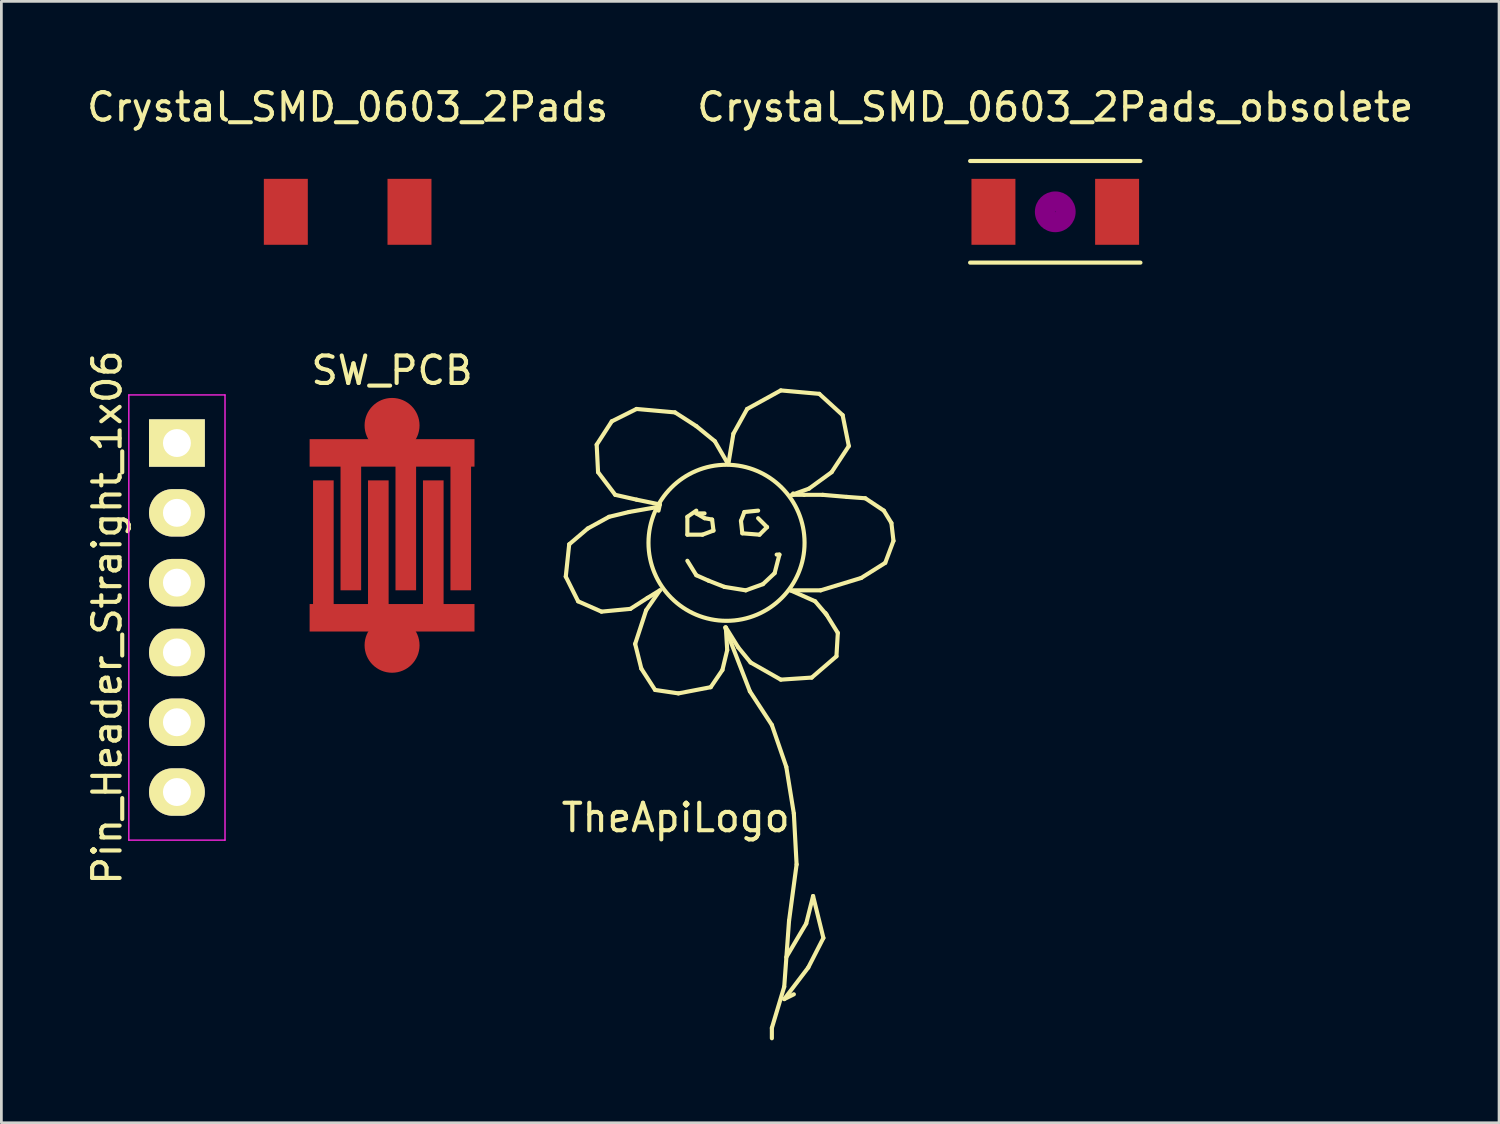
<source format=kicad_pcb>
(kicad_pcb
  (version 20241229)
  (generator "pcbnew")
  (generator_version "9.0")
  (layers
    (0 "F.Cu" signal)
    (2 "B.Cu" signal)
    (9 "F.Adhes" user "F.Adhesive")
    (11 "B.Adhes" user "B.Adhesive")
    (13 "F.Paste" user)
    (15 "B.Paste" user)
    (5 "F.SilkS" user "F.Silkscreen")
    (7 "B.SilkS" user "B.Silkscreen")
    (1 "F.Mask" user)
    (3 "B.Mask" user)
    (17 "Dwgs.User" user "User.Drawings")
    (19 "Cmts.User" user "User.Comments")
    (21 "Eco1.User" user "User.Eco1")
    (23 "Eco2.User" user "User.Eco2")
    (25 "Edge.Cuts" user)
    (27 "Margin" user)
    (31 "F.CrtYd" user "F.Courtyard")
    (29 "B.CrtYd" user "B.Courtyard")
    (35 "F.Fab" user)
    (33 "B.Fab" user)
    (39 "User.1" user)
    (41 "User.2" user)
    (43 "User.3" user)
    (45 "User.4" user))
  (footprint "Crystal_SMD_0603_2Pads_obsolete"
    (layer "F.Cu")
    (at 35.351 4.658)
    (property "Reference" "Crystal_SMD_0603_2Pads_obsolete" (at 0 -3.81 0) (layer "F.SilkS") (effects (font (size 1 1) (thickness 0.15))))
    (attr smd)
    (fp_line (start -3.099 -1.849) (end 3.099 -1.849) (stroke (width 0.15) (type solid)) (layer "F.SilkS"))
    (fp_line (start 3.099 1.849) (end -3.099 1.849) (stroke (width 0.15) (type solid)) (layer "F.SilkS"))
    (fp_circle (center 0 0) (end 0.051 0) (stroke (width 0.381) (type solid)) (fill no) (layer "F.Adhes"))
    (fp_circle (center 0 0) (end 0.201 0) (stroke (width 0.381) (type solid)) (fill no) (layer "F.Adhes"))
    (fp_circle (center 0 0) (end 0.551 0) (stroke (width 0.381) (type solid)) (fill no) (layer "F.Adhes"))
    (pad "1" smd rect (at -2.25 0) (size 1.6 2.4) (layers "F.Cu" "F.Mask" "F.Paste"))
    (pad "2" smd rect (at 2.25 0) (size 1.6 2.4) (layers "F.Cu" "F.Mask" "F.Paste")))
  (footprint "Pin_Header_Straight_1x06"
    (layer "F.Cu")
    (at 3.388 13.072)
    (property "Reference" "Pin_Header_Straight_1x06" (at -2.54 6.35 90) (layer "F.SilkS") (effects (font (size 1 1) (thickness 0.15))))
    (attr through_hole)
    (fp_line (start -1.75 -1.75) (end -1.75 14.45) (stroke (width 0.05) (type solid)) (layer "F.CrtYd"))
    (fp_line (start -1.75 -1.75) (end 1.75 -1.75) (stroke (width 0.05) (type solid)) (layer "F.CrtYd"))
    (fp_line (start -1.75 14.45) (end 1.75 14.45) (stroke (width 0.05) (type solid)) (layer "F.CrtYd"))
    (fp_line (start 1.75 -1.75) (end 1.75 14.45) (stroke (width 0.05) (type solid)) (layer "F.CrtYd"))
    (pad "1" thru_hole rect (at 0 0) (size 2.032 1.727) (drill 1.016) (layers "*.Cu" "*.Mask" "F.SilkS"))
    (pad "2" thru_hole oval (at 0 2.54) (size 2.032 1.727) (drill 1.016) (layers "*.Cu" "*.Mask" "F.SilkS"))
    (pad "3" thru_hole oval (at 0 5.08) (size 2.032 1.727) (drill 1.016) (layers "*.Cu" "*.Mask" "F.SilkS"))
    (pad "4" thru_hole oval (at 0 7.62) (size 2.032 1.727) (drill 1.016) (layers "*.Cu" "*.Mask" "F.SilkS"))
    (pad "5" thru_hole oval (at 0 10.16) (size 2.032 1.727) (drill 1.016) (layers "*.Cu" "*.Mask" "F.SilkS"))
    (pad "6" thru_hole oval (at 0 12.7) (size 2.032 1.727) (drill 1.016) (layers "*.Cu" "*.Mask" "F.SilkS")))
  (footprint "TheApiLogo"
    (layer "F.Cu")
    (at 22.988 9.832)
    (property "Reference" "TheApiLogo" (at -1.45 16.875 0) (layer "F.SilkS") (effects (font (size 1 1) (thickness 0.15))))
    (attr through_hole)
    (fp_line (start -5.45 8.1) (end -5 9) (stroke (width 0.15) (type solid)) (layer "F.SilkS"))
    (fp_line (start -5.325 6.925) (end -5.45 8.1) (stroke (width 0.15) (type solid)) (layer "F.SilkS"))
    (fp_line (start -5 9) (end -4.15 9.375) (stroke (width 0.15) (type solid)) (layer "F.SilkS"))
    (fp_line (start -4.65 6.35) (end -5.325 6.925) (stroke (width 0.15) (type solid)) (layer "F.SilkS"))
    (fp_line (start -4.325 3.3) (end -4.275 4.3) (stroke (width 0.15) (type solid)) (layer "F.SilkS"))
    (fp_line (start -4.275 4.3) (end -3.65 5.125) (stroke (width 0.15) (type solid)) (layer "F.SilkS"))
    (fp_line (start -4.15 9.375) (end -3.1 9.275) (stroke (width 0.15) (type solid)) (layer "F.SilkS"))
    (fp_line (start -3.875 5.925) (end -4.65 6.35) (stroke (width 0.15) (type solid)) (layer "F.SilkS"))
    (fp_line (start -3.775 2.45) (end -4.325 3.3) (stroke (width 0.15) (type solid)) (layer "F.SilkS"))
    (fp_line (start -3.65 5.125) (end -2.875 5.3) (stroke (width 0.15) (type solid)) (layer "F.SilkS"))
    (fp_line (start -3.15 5.75) (end -3.875 5.925) (stroke (width 0.15) (type solid)) (layer "F.SilkS"))
    (fp_line (start -3.1 9.275) (end -2.475 8.875) (stroke (width 0.15) (type solid)) (layer "F.SilkS"))
    (fp_line (start -2.925 10.55) (end -2.7 11.45) (stroke (width 0.15) (type solid)) (layer "F.SilkS"))
    (fp_line (start -2.875 2) (end -3.775 2.45) (stroke (width 0.15) (type solid)) (layer "F.SilkS"))
    (fp_line (start -2.875 5.3) (end -2.025 5.475) (stroke (width 0.15) (type solid)) (layer "F.SilkS"))
    (fp_line (start -2.7 11.45) (end -2.2 12.225) (stroke (width 0.15) (type solid)) (layer "F.SilkS"))
    (fp_line (start -2.525 9.325) (end -2.925 10.55) (stroke (width 0.15) (type solid)) (layer "F.SilkS"))
    (fp_line (start -2.475 8.875) (end -2.025 8.6) (stroke (width 0.15) (type solid)) (layer "F.SilkS"))
    (fp_line (start -2.2 12.225) (end -1.35 12.35) (stroke (width 0.15) (type solid)) (layer "F.SilkS"))
    (fp_line (start -2.15 5.575) (end -3.15 5.75) (stroke (width 0.15) (type solid)) (layer "F.SilkS"))
    (fp_line (start -2.025 5.475) (end -2.075 5.7) (stroke (width 0.15) (type solid)) (layer "F.SilkS"))
    (fp_line (start -2.025 8.6) (end -2.525 9.325) (stroke (width 0.15) (type solid)) (layer "F.SilkS"))
    (fp_line (start -1.475 2.125) (end -2.875 2) (stroke (width 0.15) (type solid)) (layer "F.SilkS"))
    (fp_line (start -1.35 12.35) (end -0.175 12.125) (stroke (width 0.15) (type solid)) (layer "F.SilkS"))
    (fp_line (start -1.025 5.925) (end -1.025 6.575) (stroke (width 0.15) (type solid)) (layer "F.SilkS"))
    (fp_line (start -1.025 6.575) (end -0.475 6.575) (stroke (width 0.15) (type solid)) (layer "F.SilkS"))
    (fp_line (start -1.025 7.525) (end -0.7 8.05) (stroke (width 0.15) (type solid)) (layer "F.SilkS"))
    (fp_line (start -0.7 2.625) (end -1.475 2.125) (stroke (width 0.15) (type solid)) (layer "F.SilkS"))
    (fp_line (start -0.7 5.7) (end -1.025 5.925) (stroke (width 0.15) (type solid)) (layer "F.SilkS"))
    (fp_line (start -0.7 5.8) (end -0.4 5.8) (stroke (width 0.15) (type solid)) (layer "F.SilkS"))
    (fp_line (start -0.7 8.05) (end -0.25 8.25) (stroke (width 0.15) (type solid)) (layer "F.SilkS"))
    (fp_line (start -0.475 6.575) (end -0.075 6.425) (stroke (width 0.15) (type solid)) (layer "F.SilkS"))
    (fp_line (start -0.4 5.975) (end -0.7 5.8) (stroke (width 0.15) (type solid)) (layer "F.SilkS"))
    (fp_line (start -0.25 8.25) (end 0.325 8.475) (stroke (width 0.15) (type solid)) (layer "F.SilkS"))
    (fp_line (start -0.175 12.125) (end 0.25 11.5) (stroke (width 0.15) (type solid)) (layer "F.SilkS"))
    (fp_line (start -0.125 6.025) (end -0.4 5.975) (stroke (width 0.15) (type solid)) (layer "F.SilkS"))
    (fp_line (start -0.075 6.425) (end -0.125 6.025) (stroke (width 0.15) (type solid)) (layer "F.SilkS"))
    (fp_line (start -0.025 3.175) (end -0.7 2.625) (stroke (width 0.15) (type solid)) (layer "F.SilkS"))
    (fp_line (start 0.25 11.5) (end 0.425 10.775) (stroke (width 0.15) (type solid)) (layer "F.SilkS"))
    (fp_line (start 0.325 8.475) (end 1.1 8.6) (stroke (width 0.15) (type solid)) (layer "F.SilkS"))
    (fp_line (start 0.35 9.95) (end 1.25 12.275) (stroke (width 0.15) (type solid)) (layer "F.SilkS"))
    (fp_line (start 0.375 9.95) (end 0.825 10.675) (stroke (width 0.15) (type solid)) (layer "F.SilkS"))
    (fp_line (start 0.425 3.95) (end -0.025 3.175) (stroke (width 0.15) (type solid)) (layer "F.SilkS"))
    (fp_line (start 0.425 10.775) (end 0.375 9.95) (stroke (width 0.15) (type solid)) (layer "F.SilkS"))
    (fp_line (start 0.475 3.95) (end 0.65 2.9) (stroke (width 0.15) (type solid)) (layer "F.SilkS"))
    (fp_line (start 0.65 2.9) (end 1.15 2) (stroke (width 0.15) (type solid)) (layer "F.SilkS"))
    (fp_line (start 0.825 10.675) (end 1.275 11.225) (stroke (width 0.15) (type solid)) (layer "F.SilkS"))
    (fp_line (start 0.925 6.075) (end 0.975 6.525) (stroke (width 0.15) (type solid)) (layer "F.SilkS"))
    (fp_line (start 0.975 6.525) (end 1.6 6.575) (stroke (width 0.15) (type solid)) (layer "F.SilkS"))
    (fp_line (start 1.05 5.75) (end 0.925 6.075) (stroke (width 0.15) (type solid)) (layer "F.SilkS"))
    (fp_line (start 1.1 8.6) (end 1.725 8.375) (stroke (width 0.15) (type solid)) (layer "F.SilkS"))
    (fp_line (start 1.15 2) (end 2.375 1.325) (stroke (width 0.15) (type solid)) (layer "F.SilkS"))
    (fp_line (start 1.25 12.275) (end 2.05 13.5) (stroke (width 0.15) (type solid)) (layer "F.SilkS"))
    (fp_line (start 1.275 11.225) (end 2.375 11.85) (stroke (width 0.15) (type solid)) (layer "F.SilkS"))
    (fp_line (start 1.55 5.7) (end 1.05 5.75) (stroke (width 0.15) (type solid)) (layer "F.SilkS"))
    (fp_line (start 1.6 6.575) (end 1.875 6.3) (stroke (width 0.15) (type solid)) (layer "F.SilkS"))
    (fp_line (start 1.725 8.375) (end 2.15 7.975) (stroke (width 0.15) (type solid)) (layer "F.SilkS"))
    (fp_line (start 1.875 6.3) (end 1.55 5.975) (stroke (width 0.15) (type solid)) (layer "F.SilkS"))
    (fp_line (start 2.05 13.5) (end 2.575 15.025) (stroke (width 0.15) (type solid)) (layer "F.SilkS"))
    (fp_line (start 2.05 24.525) (end 2.05 24.9) (stroke (width 0.15) (type solid)) (layer "F.SilkS"))
    (fp_line (start 2.15 7.975) (end 2.325 7.3) (stroke (width 0.15) (type solid)) (layer "F.SilkS"))
    (fp_line (start 2.325 7.3) (end 2.225 7.3) (stroke (width 0.15) (type solid)) (layer "F.SilkS"))
    (fp_line (start 2.375 1.325) (end 3.775 1.45) (stroke (width 0.15) (type solid)) (layer "F.SilkS"))
    (fp_line (start 2.375 11.85) (end 3.5 11.775) (stroke (width 0.15) (type solid)) (layer "F.SilkS"))
    (fp_line (start 2.5 23.025) (end 2.05 24.525) (stroke (width 0.15) (type solid)) (layer "F.SilkS"))
    (fp_line (start 2.5 23.475) (end 2.85 23.3) (stroke (width 0.15) (type solid)) (layer "F.SilkS"))
    (fp_line (start 2.575 15.025) (end 2.85 16.725) (stroke (width 0.15) (type solid)) (layer "F.SilkS"))
    (fp_line (start 2.575 21.95) (end 3.3 20.725) (stroke (width 0.15) (type solid)) (layer "F.SilkS"))
    (fp_line (start 2.675 20.625) (end 2.5 23.025) (stroke (width 0.15) (type solid)) (layer "F.SilkS"))
    (fp_line (start 2.725 8.6) (end 3.825 8.6) (stroke (width 0.15) (type solid)) (layer "F.SilkS"))
    (fp_line (start 2.825 5.125) (end 2.825 5.075) (stroke (width 0.15) (type solid)) (layer "F.SilkS"))
    (fp_line (start 2.85 16.725) (end 2.95 18.575) (stroke (width 0.15) (type solid)) (layer "F.SilkS"))
    (fp_line (start 2.95 18.575) (end 2.675 20.625) (stroke (width 0.15) (type solid)) (layer "F.SilkS"))
    (fp_line (start 3.225 5.125) (end 2.825 5.125) (stroke (width 0.15) (type solid)) (layer "F.SilkS"))
    (fp_line (start 3.3 20.725) (end 3.55 19.725) (stroke (width 0.15) (type solid)) (layer "F.SilkS"))
    (fp_line (start 3.375 22.325) (end 2.5 23.475) (stroke (width 0.15) (type solid)) (layer "F.SilkS"))
    (fp_line (start 3.4 4.9) (end 2.775 5.125) (stroke (width 0.15) (type solid)) (layer "F.SilkS"))
    (fp_line (start 3.5 11.775) (end 4.4 11) (stroke (width 0.15) (type solid)) (layer "F.SilkS"))
    (fp_line (start 3.55 19.725) (end 3.925 21.25) (stroke (width 0.15) (type solid)) (layer "F.SilkS"))
    (fp_line (start 3.625 9) (end 2.725 8.6) (stroke (width 0.15) (type solid)) (layer "F.SilkS"))
    (fp_line (start 3.775 1.45) (end 4.625 2.225) (stroke (width 0.15) (type solid)) (layer "F.SilkS"))
    (fp_line (start 3.825 8.6) (end 5.3 8.15) (stroke (width 0.15) (type solid)) (layer "F.SilkS"))
    (fp_line (start 3.9 5.125) (end 3.225 5.125) (stroke (width 0.15) (type solid)) (layer "F.SilkS"))
    (fp_line (start 3.925 21.25) (end 3.375 22.325) (stroke (width 0.15) (type solid)) (layer "F.SilkS"))
    (fp_line (start 4.05 9.5) (end 3.625 9) (stroke (width 0.15) (type solid)) (layer "F.SilkS"))
    (fp_line (start 4.225 4.3) (end 3.4 4.9) (stroke (width 0.15) (type solid)) (layer "F.SilkS"))
    (fp_line (start 4.4 11) (end 4.45 10.15) (stroke (width 0.15) (type solid)) (layer "F.SilkS"))
    (fp_line (start 4.45 10.15) (end 4 9.425) (stroke (width 0.15) (type solid)) (layer "F.SilkS"))
    (fp_line (start 4.625 2.225) (end 4.85 3.35) (stroke (width 0.15) (type solid)) (layer "F.SilkS"))
    (fp_line (start 4.775 5.2) (end 3.9 5.125) (stroke (width 0.15) (type solid)) (layer "F.SilkS"))
    (fp_line (start 4.85 3.35) (end 4.225 4.3) (stroke (width 0.15) (type solid)) (layer "F.SilkS"))
    (fp_line (start 5.3 8.15) (end 6.175 7.6) (stroke (width 0.15) (type solid)) (layer "F.SilkS"))
    (fp_line (start 5.45 5.25) (end 4.775 5.2) (stroke (width 0.15) (type solid)) (layer "F.SilkS"))
    (fp_line (start 6.125 5.7) (end 5.45 5.25) (stroke (width 0.15) (type solid)) (layer "F.SilkS"))
    (fp_line (start 6.175 7.6) (end 6.475 6.8) (stroke (width 0.15) (type solid)) (layer "F.SilkS"))
    (fp_line (start 6.4 6.15) (end 6.125 5.7) (stroke (width 0.15) (type solid)) (layer "F.SilkS"))
    (fp_line (start 6.475 6.8) (end 6.4 6.15) (stroke (width 0.15) (type solid)) (layer "F.SilkS"))
    (fp_circle (center 0.4 6.87) (end 2.94 5.6) (stroke (width 0.15) (type solid)) (fill no) (layer "F.SilkS")))
  (footprint "SW_PCB"
    (layer "F.Cu")
    (at 11.217 16.431)
    (property "Reference" "SW_PCB" (at 0 -6 0) (layer "F.SilkS") (effects (font (size 1 1) (thickness 0.15))))
    (attr smd)
    (pad "1" smd rect (at -1.5 -0.5) (size 0.75 5) (layers "F.Cu" "F.Mask" "F.Paste"))
    (pad "1" smd circle (at 0 -4) (size 2 2) (layers "F.Cu" "F.Mask" "F.Paste"))
    (pad "1" smd rect (at 0 -3) (size 6 1) (layers "F.Cu" "F.Mask" "F.Paste"))
    (pad "1" smd rect (at 0.5 -0.5) (size 0.75 5) (layers "F.Cu" "F.Mask" "F.Paste"))
    (pad "1" smd rect (at 2.5 -0.5) (size 0.75 5) (layers "F.Cu" "F.Mask" "F.Paste"))
    (pad "2" smd rect (at -2.5 0.5) (size 0.75 5) (layers "F.Cu" "F.Mask" "F.Paste"))
    (pad "2" smd rect (at -0.5 0.5) (size 0.75 5) (layers "F.Cu" "F.Mask" "F.Paste"))
    (pad "2" smd rect (at 0 3) (size 6 1) (layers "F.Cu" "F.Mask" "F.Paste"))
    (pad "2" smd circle (at 0 4) (size 2 2) (layers "F.Cu" "F.Mask" "F.Paste"))
    (pad "2" smd rect (at 1.5 0.5) (size 0.75 5) (layers "F.Cu" "F.Mask" "F.Paste")))
  (footprint "Crystal_SMD_0603_2Pads"
    (layer "F.Cu")
    (at 9.601 4.658)
    (property "Reference" "Crystal_SMD_0603_2Pads" (at 0 -3.81 0) (layer "F.SilkS") (effects (font (size 1 1) (thickness 0.15))))
    (attr smd)
    (pad "1" smd rect (at -2.25 0) (size 1.6 2.4) (layers "F.Cu" "F.Mask" "F.Paste"))
    (pad "2" smd rect (at 2.25 0) (size 1.6 2.4) (layers "F.Cu" "F.Mask" "F.Paste")))
  (gr_rect
    (start -3 -3)
    (end 51.5 37.807)
    (stroke (width 0.1) (type default))
    (fill no)
    (layer "Edge.Cuts")))
</source>
